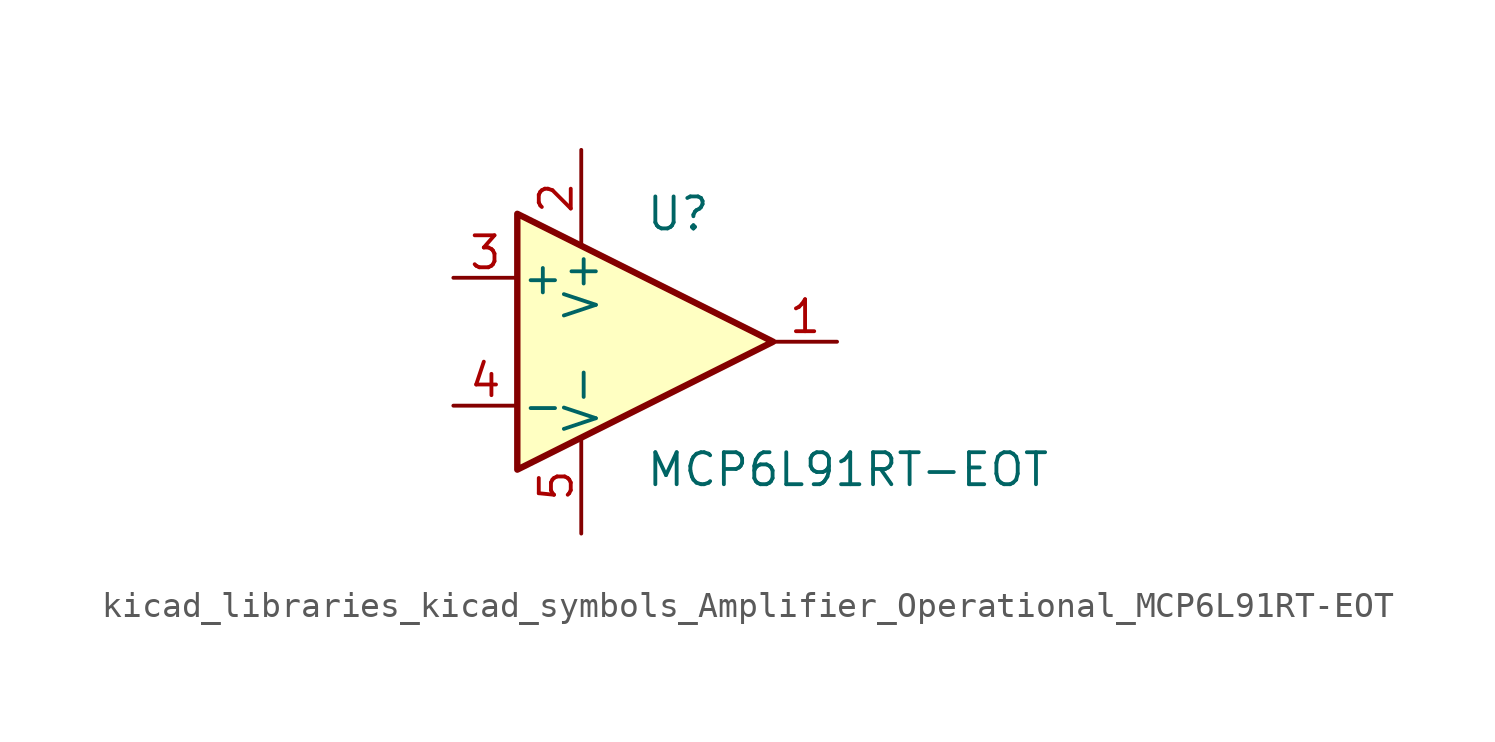
<source format=kicad_sym>
(kicad_symbol_lib
  (version 20220914)
  (generator kicad_symbol_editor)
  (symbol "kicad_libraries_kicad_symbols_Amplifier_Operational_MCP6L91RT-EOT"
    (pin_names
      (offset 0.127))
    (property "Reference" "U"
      (at 0 5.08 0)
      (effects (font (size 1.27 1.27)) (justify left)))
    (property "Value" "MCP6L91RT-EOT"
      (at 0 -5.08 0)
      (effects (font (size 1.27 1.27)) (justify left)))
    (symbol "kicad_libraries_kicad_symbols_Amplifier_Operational_MCP6L91RT-EOT_0_1"
      (polyline (pts (xy -5.08 5.08) (xy 5.08 0) (xy -5.08 -5.08) (xy -5.08 5.08)) (stroke (width 0.254) (type default)) (fill (type background)))
      (pin power_in line (at -2.54 7.62 270) (length 3.81) (name "V+" (effects (font (size 1.27 1.27)))) (number "2" (effects (font (size 1.27 1.27)))))
      (pin power_in line (at -2.54 -7.62 90) (length 3.81) (name "V-" (effects (font (size 1.27 1.27)))) (number "5" (effects (font (size 1.27 1.27))))))
    (symbol "kicad_libraries_kicad_symbols_Amplifier_Operational_MCP6L91RT-EOT_1_1"
      (pin output line (at 7.62 0 180) (length 2.54) (name "~" (effects (font (size 1.27 1.27)))) (number "1" (effects (font (size 1.27 1.27)))))
      (pin input line (at -7.62 2.54 0) (length 2.54) (name "+" (effects (font (size 1.27 1.27)))) (number "3" (effects (font (size 1.27 1.27)))))
      (pin input line (at -7.62 -2.54 0) (length 2.54) (name "-" (effects (font (size 1.27 1.27)))) (number "4" (effects (font (size 1.27 1.27))))))))
</source>
